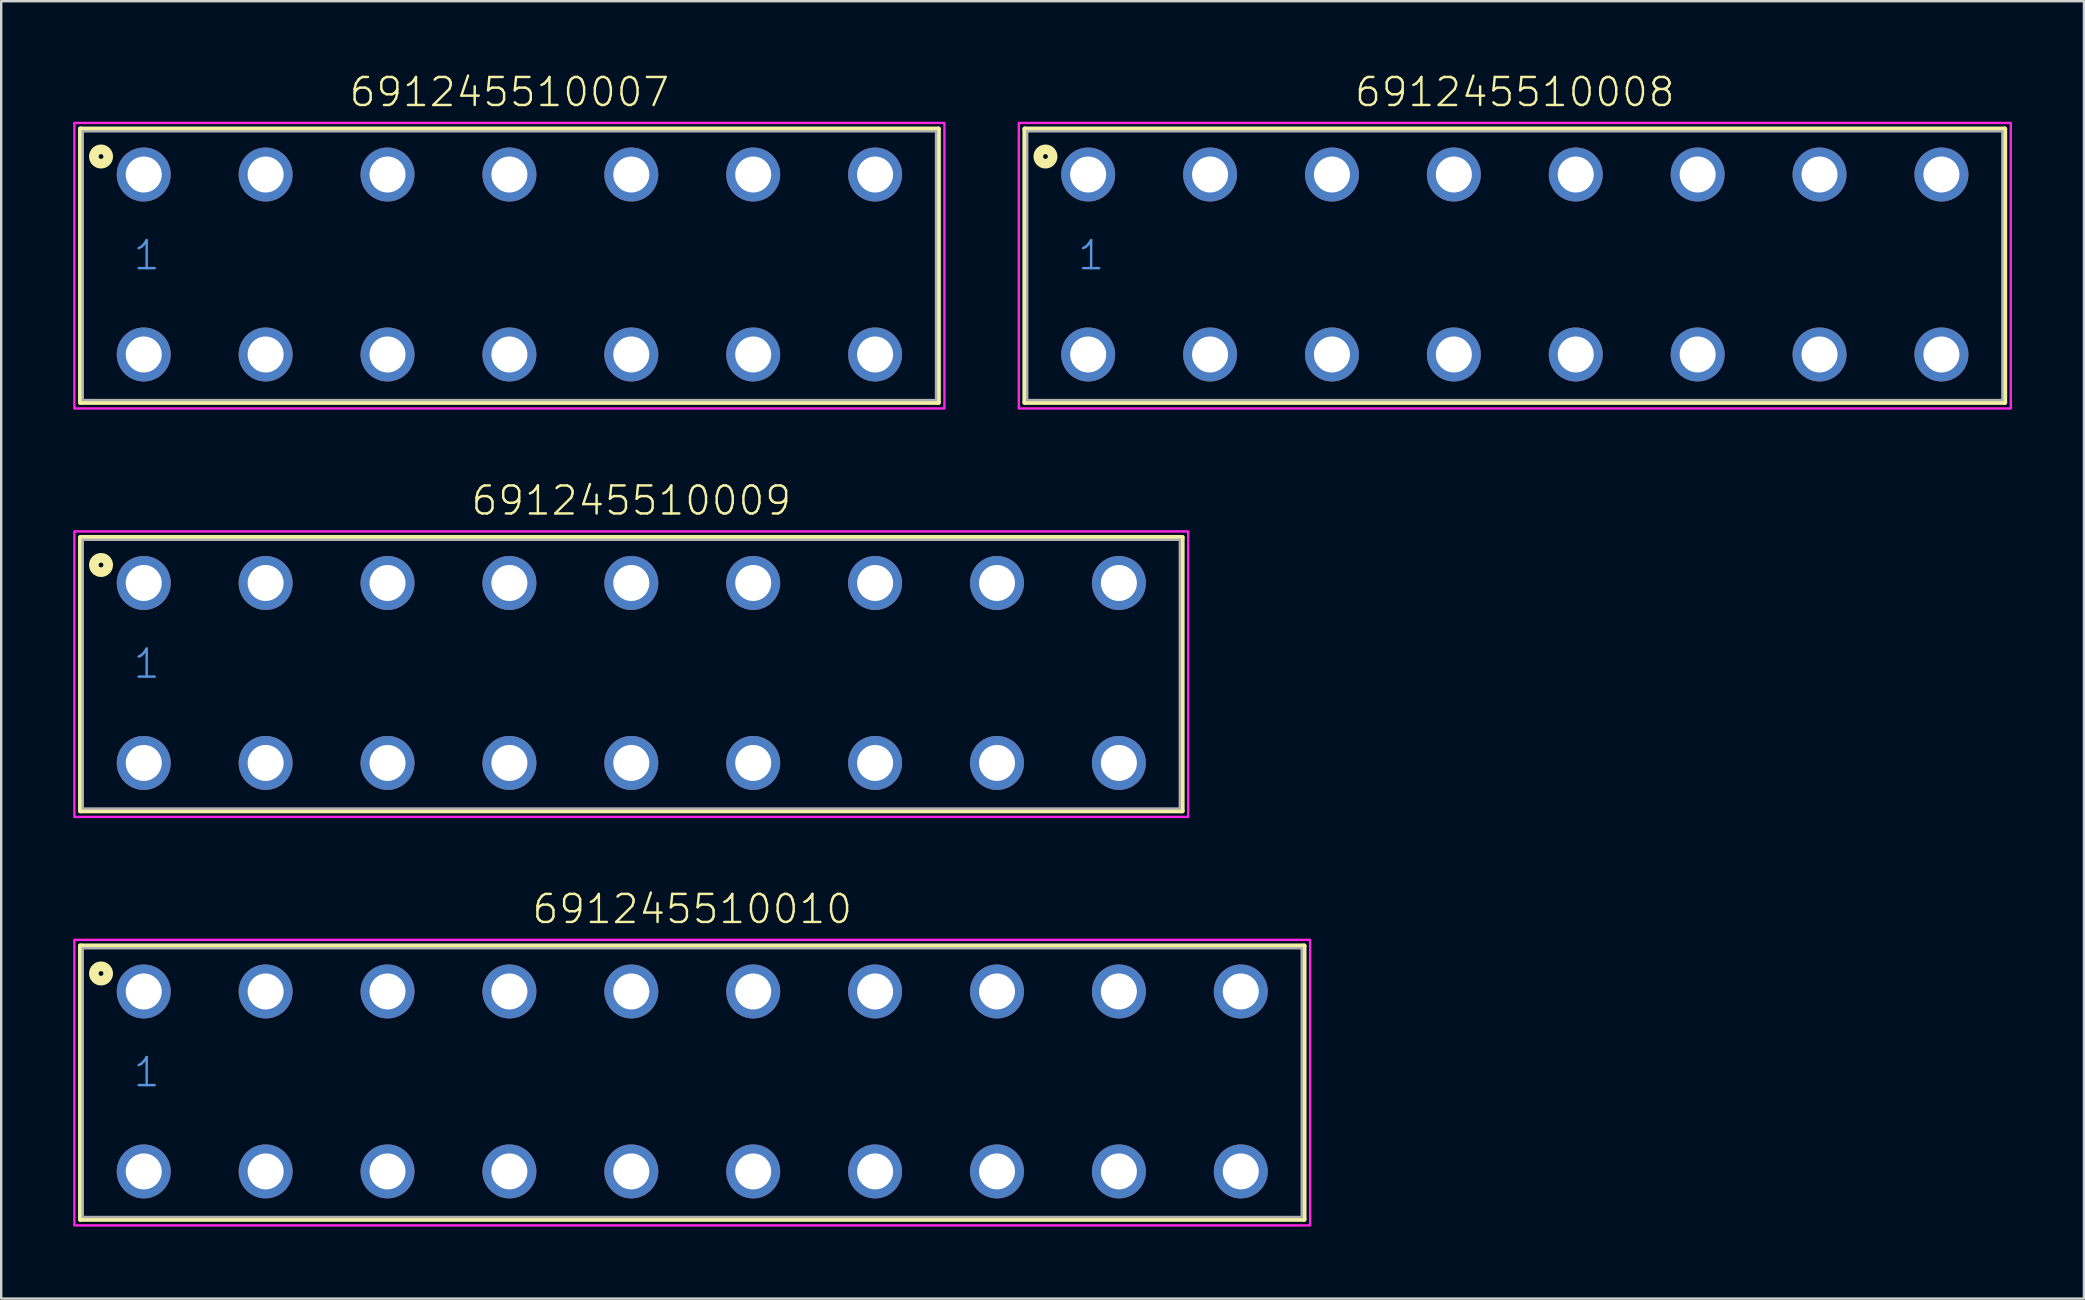
<source format=kicad_pcb>
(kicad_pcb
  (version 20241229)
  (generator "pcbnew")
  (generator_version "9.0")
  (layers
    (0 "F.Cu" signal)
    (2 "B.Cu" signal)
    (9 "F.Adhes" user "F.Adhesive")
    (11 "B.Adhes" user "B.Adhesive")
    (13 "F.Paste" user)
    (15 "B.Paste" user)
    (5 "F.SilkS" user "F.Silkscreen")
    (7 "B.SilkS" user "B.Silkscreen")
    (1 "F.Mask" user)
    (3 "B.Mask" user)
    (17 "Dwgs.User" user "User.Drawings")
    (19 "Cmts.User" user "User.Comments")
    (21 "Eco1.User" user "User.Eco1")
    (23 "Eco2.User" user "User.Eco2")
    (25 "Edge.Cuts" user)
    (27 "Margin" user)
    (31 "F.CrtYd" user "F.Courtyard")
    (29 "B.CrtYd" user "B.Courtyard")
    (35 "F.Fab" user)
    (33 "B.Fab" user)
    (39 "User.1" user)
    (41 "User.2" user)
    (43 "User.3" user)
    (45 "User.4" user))
  (footprint "691245510007"
    (layer "F.Cu")
    (at 18.18 7.973)
    (property "Reference" "691245510007" (at 0 -6.5 0) (unlocked yes) (layer "F.SilkS") (effects (font (size 1.168 1.168) (thickness 0.102)) (justify bottom)))
    (fp_line (start -17.88 -5.65) (end 17.88 -5.65) (stroke (width 0.2) (type solid)) (layer "F.SilkS"))
    (fp_line (start -17.88 5.75) (end -17.88 -5.65) (stroke (width 0.2) (type solid)) (layer "F.SilkS"))
    (fp_line (start 17.88 -5.65) (end 17.88 5.75) (stroke (width 0.2) (type solid)) (layer "F.SilkS"))
    (fp_line (start 17.88 5.75) (end -17.88 5.75) (stroke (width 0.2) (type solid)) (layer "F.SilkS"))
    (fp_circle (center -17.02 -4.5) (end -16.92 -4.5) (stroke (width 0.4) (type solid)) (fill no) (layer "F.SilkS"))
    (fp_poly (pts (xy 18.13 6) (xy -18.13 6) (xy -18.13 -5.9) (xy 18.13 -5.9)) (stroke (width 0.1) (type default)) (fill no) (layer "F.CrtYd"))
    (fp_line (start -17.78 -5.55) (end 17.78 -5.55) (stroke (width 0.1) (type solid)) (layer "F.Fab"))
    (fp_line (start -17.78 5.65) (end -17.78 -5.55) (stroke (width 0.1) (type solid)) (layer "F.Fab"))
    (fp_line (start 17.78 -5.55) (end 17.78 5.65) (stroke (width 0.1) (type solid)) (layer "F.Fab"))
    (fp_line (start 17.78 5.65) (end -17.78 5.65) (stroke (width 0.1) (type solid)) (layer "F.Fab"))
    (fp_text user "1" (at -15.74 0.3 0) (unlocked yes) (layer "Cmts.User") (effects (font (size 1.168 1.168) (thickness 0.102)) (justify left bottom)))
    (pad "1" thru_hole circle (at -15.24 -3.75) (size 2.25 2.25) (drill 1.5) (layers "*.Cu" "*.Mask"))
    (pad "2" thru_hole circle (at -10.16 -3.75) (size 2.25 2.25) (drill 1.5) (layers "*.Cu" "*.Mask"))
    (pad "3" thru_hole circle (at -5.08 -3.75) (size 2.25 2.25) (drill 1.5) (layers "*.Cu" "*.Mask"))
    (pad "4" thru_hole circle (at 0 -3.75) (size 2.25 2.25) (drill 1.5) (layers "*.Cu" "*.Mask"))
    (pad "5" thru_hole circle (at 5.08 -3.75) (size 2.25 2.25) (drill 1.5) (layers "*.Cu" "*.Mask"))
    (pad "6" thru_hole circle (at 10.16 -3.75) (size 2.25 2.25) (drill 1.5) (layers "*.Cu" "*.Mask"))
    (pad "7" thru_hole circle (at 15.24 -3.75) (size 2.25 2.25) (drill 1.5) (layers "*.Cu" "*.Mask"))
    (pad "A1" thru_hole circle (at -15.24 3.75) (size 2.25 2.25) (drill 1.5) (layers "*.Cu" "*.Mask"))
    (pad "A2" thru_hole circle (at -10.16 3.75) (size 2.25 2.25) (drill 1.5) (layers "*.Cu" "*.Mask"))
    (pad "A3" thru_hole circle (at -5.08 3.75) (size 2.25 2.25) (drill 1.5) (layers "*.Cu" "*.Mask"))
    (pad "A4" thru_hole circle (at 0 3.75) (size 2.25 2.25) (drill 1.5) (layers "*.Cu" "*.Mask"))
    (pad "A5" thru_hole circle (at 5.08 3.75) (size 2.25 2.25) (drill 1.5) (layers "*.Cu" "*.Mask"))
    (pad "A6" thru_hole circle (at 10.16 3.75) (size 2.25 2.25) (drill 1.5) (layers "*.Cu" "*.Mask"))
    (pad "A7" thru_hole circle (at 15.24 3.75) (size 2.25 2.25) (drill 1.5) (layers "*.Cu" "*.Mask")))
  (footprint "691245510010"
    (layer "F.Cu")
    (at 25.8 42.02)
    (property "Reference" "691245510010" (at 0 -6.5 0) (unlocked yes) (layer "F.SilkS") (effects (font (size 1.168 1.168) (thickness 0.102)) (justify bottom)))
    (fp_line (start -25.5 -5.65) (end 25.5 -5.65) (stroke (width 0.2) (type solid)) (layer "F.SilkS"))
    (fp_line (start -25.5 5.75) (end -25.5 -5.65) (stroke (width 0.2) (type solid)) (layer "F.SilkS"))
    (fp_line (start 25.5 -5.65) (end 25.5 5.75) (stroke (width 0.2) (type solid)) (layer "F.SilkS"))
    (fp_line (start 25.5 5.75) (end -25.5 5.75) (stroke (width 0.2) (type solid)) (layer "F.SilkS"))
    (fp_circle (center -24.64 -4.5) (end -24.54 -4.5) (stroke (width 0.4) (type solid)) (fill no) (layer "F.SilkS"))
    (fp_poly (pts (xy 25.75 6) (xy -25.75 6) (xy -25.75 -5.9) (xy 25.75 -5.9)) (stroke (width 0.1) (type default)) (fill no) (layer "F.CrtYd"))
    (fp_line (start -25.4 -5.55) (end 25.4 -5.55) (stroke (width 0.1) (type solid)) (layer "F.Fab"))
    (fp_line (start -25.4 5.65) (end -25.4 -5.55) (stroke (width 0.1) (type solid)) (layer "F.Fab"))
    (fp_line (start 25.4 -5.55) (end 25.4 5.65) (stroke (width 0.1) (type solid)) (layer "F.Fab"))
    (fp_line (start 25.4 5.65) (end -25.4 5.65) (stroke (width 0.1) (type solid)) (layer "F.Fab"))
    (fp_text user "1" (at -23.36 0.3 0) (unlocked yes) (layer "Cmts.User") (effects (font (size 1.168 1.168) (thickness 0.102)) (justify left bottom)))
    (pad "1" thru_hole circle (at -22.86 -3.75) (size 2.25 2.25) (drill 1.5) (layers "*.Cu" "*.Mask"))
    (pad "2" thru_hole circle (at -17.78 -3.75) (size 2.25 2.25) (drill 1.5) (layers "*.Cu" "*.Mask"))
    (pad "3" thru_hole circle (at -12.7 -3.75) (size 2.25 2.25) (drill 1.5) (layers "*.Cu" "*.Mask"))
    (pad "4" thru_hole circle (at -7.62 -3.75) (size 2.25 2.25) (drill 1.5) (layers "*.Cu" "*.Mask"))
    (pad "5" thru_hole circle (at -2.54 -3.75) (size 2.25 2.25) (drill 1.5) (layers "*.Cu" "*.Mask"))
    (pad "6" thru_hole circle (at 2.54 -3.75) (size 2.25 2.25) (drill 1.5) (layers "*.Cu" "*.Mask"))
    (pad "7" thru_hole circle (at 7.62 -3.75) (size 2.25 2.25) (drill 1.5) (layers "*.Cu" "*.Mask"))
    (pad "8" thru_hole circle (at 12.7 -3.75) (size 2.25 2.25) (drill 1.5) (layers "*.Cu" "*.Mask"))
    (pad "9" thru_hole circle (at 17.78 -3.75) (size 2.25 2.25) (drill 1.5) (layers "*.Cu" "*.Mask"))
    (pad "10" thru_hole circle (at 22.86 -3.75) (size 2.25 2.25) (drill 1.5) (layers "*.Cu" "*.Mask"))
    (pad "A1" thru_hole circle (at -22.86 3.75) (size 2.25 2.25) (drill 1.5) (layers "*.Cu" "*.Mask"))
    (pad "A2" thru_hole circle (at -17.78 3.75) (size 2.25 2.25) (drill 1.5) (layers "*.Cu" "*.Mask"))
    (pad "A3" thru_hole circle (at -12.7 3.75) (size 2.25 2.25) (drill 1.5) (layers "*.Cu" "*.Mask"))
    (pad "A4" thru_hole circle (at -7.62 3.75) (size 2.25 2.25) (drill 1.5) (layers "*.Cu" "*.Mask"))
    (pad "A5" thru_hole circle (at -2.54 3.75) (size 2.25 2.25) (drill 1.5) (layers "*.Cu" "*.Mask"))
    (pad "A6" thru_hole circle (at 2.54 3.75) (size 2.25 2.25) (drill 1.5) (layers "*.Cu" "*.Mask"))
    (pad "A7" thru_hole circle (at 7.62 3.75) (size 2.25 2.25) (drill 1.5) (layers "*.Cu" "*.Mask"))
    (pad "A8" thru_hole circle (at 12.7 3.75) (size 2.25 2.25) (drill 1.5) (layers "*.Cu" "*.Mask"))
    (pad "A9" thru_hole circle (at 17.78 3.75) (size 2.25 2.25) (drill 1.5) (layers "*.Cu" "*.Mask"))
    (pad "A10" thru_hole circle (at 22.86 3.75) (size 2.25 2.25) (drill 1.5) (layers "*.Cu" "*.Mask")))
  (footprint "691245510008"
    (layer "F.Cu")
    (at 60.08 7.973)
    (property "Reference" "691245510008" (at 0 -6.5 0) (unlocked yes) (layer "F.SilkS") (effects (font (size 1.168 1.168) (thickness 0.102)) (justify bottom)))
    (fp_line (start -20.42 -5.65) (end 20.42 -5.65) (stroke (width 0.2) (type solid)) (layer "F.SilkS"))
    (fp_line (start -20.42 5.75) (end -20.42 -5.65) (stroke (width 0.2) (type solid)) (layer "F.SilkS"))
    (fp_line (start 20.42 -5.65) (end 20.42 5.75) (stroke (width 0.2) (type solid)) (layer "F.SilkS"))
    (fp_line (start 20.42 5.75) (end -20.42 5.75) (stroke (width 0.2) (type solid)) (layer "F.SilkS"))
    (fp_circle (center -19.56 -4.5) (end -19.46 -4.5) (stroke (width 0.4) (type solid)) (fill no) (layer "F.SilkS"))
    (fp_poly (pts (xy 20.67 6) (xy -20.67 6) (xy -20.67 -5.9) (xy 20.67 -5.9)) (stroke (width 0.1) (type default)) (fill no) (layer "F.CrtYd"))
    (fp_line (start -20.32 -5.55) (end 20.32 -5.55) (stroke (width 0.1) (type solid)) (layer "F.Fab"))
    (fp_line (start -20.32 5.65) (end -20.32 -5.55) (stroke (width 0.1) (type solid)) (layer "F.Fab"))
    (fp_line (start 20.32 -5.55) (end 20.32 5.65) (stroke (width 0.1) (type solid)) (layer "F.Fab"))
    (fp_line (start 20.32 5.65) (end -20.32 5.65) (stroke (width 0.1) (type solid)) (layer "F.Fab"))
    (fp_text user "1" (at -18.28 0.3 0) (unlocked yes) (layer "Cmts.User") (effects (font (size 1.168 1.168) (thickness 0.102)) (justify left bottom)))
    (pad "1" thru_hole circle (at -17.78 -3.75) (size 2.25 2.25) (drill 1.5) (layers "*.Cu" "*.Mask"))
    (pad "2" thru_hole circle (at -12.7 -3.75) (size 2.25 2.25) (drill 1.5) (layers "*.Cu" "*.Mask"))
    (pad "3" thru_hole circle (at -7.62 -3.75) (size 2.25 2.25) (drill 1.5) (layers "*.Cu" "*.Mask"))
    (pad "4" thru_hole circle (at -2.54 -3.75) (size 2.25 2.25) (drill 1.5) (layers "*.Cu" "*.Mask"))
    (pad "5" thru_hole circle (at 2.54 -3.75) (size 2.25 2.25) (drill 1.5) (layers "*.Cu" "*.Mask"))
    (pad "6" thru_hole circle (at 7.62 -3.75) (size 2.25 2.25) (drill 1.5) (layers "*.Cu" "*.Mask"))
    (pad "7" thru_hole circle (at 12.7 -3.75) (size 2.25 2.25) (drill 1.5) (layers "*.Cu" "*.Mask"))
    (pad "8" thru_hole circle (at 17.78 -3.75) (size 2.25 2.25) (drill 1.5) (layers "*.Cu" "*.Mask"))
    (pad "A1" thru_hole circle (at -17.78 3.75) (size 2.25 2.25) (drill 1.5) (layers "*.Cu" "*.Mask"))
    (pad "A2" thru_hole circle (at -12.7 3.75) (size 2.25 2.25) (drill 1.5) (layers "*.Cu" "*.Mask"))
    (pad "A3" thru_hole circle (at -7.62 3.75) (size 2.25 2.25) (drill 1.5) (layers "*.Cu" "*.Mask"))
    (pad "A4" thru_hole circle (at -2.54 3.75) (size 2.25 2.25) (drill 1.5) (layers "*.Cu" "*.Mask"))
    (pad "A5" thru_hole circle (at 2.54 3.75) (size 2.25 2.25) (drill 1.5) (layers "*.Cu" "*.Mask"))
    (pad "A6" thru_hole circle (at 7.62 3.75) (size 2.25 2.25) (drill 1.5) (layers "*.Cu" "*.Mask"))
    (pad "A7" thru_hole circle (at 12.7 3.75) (size 2.25 2.25) (drill 1.5) (layers "*.Cu" "*.Mask"))
    (pad "A8" thru_hole circle (at 17.78 3.75) (size 2.25 2.25) (drill 1.5) (layers "*.Cu" "*.Mask")))
  (footprint "691245510009"
    (layer "F.Cu")
    (at 23.26 24.996)
    (property "Reference" "691245510009" (at 0 -6.5 0) (unlocked yes) (layer "F.SilkS") (effects (font (size 1.168 1.168) (thickness 0.102)) (justify bottom)))
    (fp_line (start -22.96 -5.65) (end 22.96 -5.65) (stroke (width 0.2) (type solid)) (layer "F.SilkS"))
    (fp_line (start -22.96 5.75) (end -22.96 -5.65) (stroke (width 0.2) (type solid)) (layer "F.SilkS"))
    (fp_line (start 22.96 -5.65) (end 22.96 5.75) (stroke (width 0.2) (type solid)) (layer "F.SilkS"))
    (fp_line (start 22.96 5.75) (end -22.96 5.75) (stroke (width 0.2) (type solid)) (layer "F.SilkS"))
    (fp_circle (center -22.1 -4.5) (end -22 -4.5) (stroke (width 0.4) (type solid)) (fill no) (layer "F.SilkS"))
    (fp_poly (pts (xy 23.21 6) (xy -23.21 6) (xy -23.21 -5.9) (xy 23.21 -5.9)) (stroke (width 0.1) (type default)) (fill no) (layer "F.CrtYd"))
    (fp_line (start -22.86 -5.55) (end 22.86 -5.55) (stroke (width 0.1) (type solid)) (layer "F.Fab"))
    (fp_line (start -22.86 5.65) (end -22.86 -5.55) (stroke (width 0.1) (type solid)) (layer "F.Fab"))
    (fp_line (start 22.86 -5.55) (end 22.86 5.65) (stroke (width 0.1) (type solid)) (layer "F.Fab"))
    (fp_line (start 22.86 5.65) (end -22.86 5.65) (stroke (width 0.1) (type solid)) (layer "F.Fab"))
    (fp_text user "1" (at -20.82 0.3 0) (unlocked yes) (layer "Cmts.User") (effects (font (size 1.168 1.168) (thickness 0.102)) (justify left bottom)))
    (pad "1" thru_hole circle (at -20.32 -3.75) (size 2.25 2.25) (drill 1.5) (layers "*.Cu" "*.Mask"))
    (pad "2" thru_hole circle (at -15.24 -3.75) (size 2.25 2.25) (drill 1.5) (layers "*.Cu" "*.Mask"))
    (pad "3" thru_hole circle (at -10.16 -3.75) (size 2.25 2.25) (drill 1.5) (layers "*.Cu" "*.Mask"))
    (pad "4" thru_hole circle (at -5.08 -3.75) (size 2.25 2.25) (drill 1.5) (layers "*.Cu" "*.Mask"))
    (pad "5" thru_hole circle (at 0 -3.75) (size 2.25 2.25) (drill 1.5) (layers "*.Cu" "*.Mask"))
    (pad "6" thru_hole circle (at 5.08 -3.75) (size 2.25 2.25) (drill 1.5) (layers "*.Cu" "*.Mask"))
    (pad "7" thru_hole circle (at 10.16 -3.75) (size 2.25 2.25) (drill 1.5) (layers "*.Cu" "*.Mask"))
    (pad "8" thru_hole circle (at 15.24 -3.75) (size 2.25 2.25) (drill 1.5) (layers "*.Cu" "*.Mask"))
    (pad "9" thru_hole circle (at 20.32 -3.75) (size 2.25 2.25) (drill 1.5) (layers "*.Cu" "*.Mask"))
    (pad "A1" thru_hole circle (at -20.32 3.75) (size 2.25 2.25) (drill 1.5) (layers "*.Cu" "*.Mask"))
    (pad "A2" thru_hole circle (at -15.24 3.75) (size 2.25 2.25) (drill 1.5) (layers "*.Cu" "*.Mask"))
    (pad "A3" thru_hole circle (at -10.16 3.75) (size 2.25 2.25) (drill 1.5) (layers "*.Cu" "*.Mask"))
    (pad "A4" thru_hole circle (at -5.08 3.75) (size 2.25 2.25) (drill 1.5) (layers "*.Cu" "*.Mask"))
    (pad "A5" thru_hole circle (at 0 3.75) (size 2.25 2.25) (drill 1.5) (layers "*.Cu" "*.Mask"))
    (pad "A6" thru_hole circle (at 5.08 3.75) (size 2.25 2.25) (drill 1.5) (layers "*.Cu" "*.Mask"))
    (pad "A7" thru_hole circle (at 10.16 3.75) (size 2.25 2.25) (drill 1.5) (layers "*.Cu" "*.Mask"))
    (pad "A8" thru_hole circle (at 15.24 3.75) (size 2.25 2.25) (drill 1.5) (layers "*.Cu" "*.Mask"))
    (pad "A9" thru_hole circle (at 20.32 3.75) (size 2.25 2.25) (drill 1.5) (layers "*.Cu" "*.Mask")))
  (gr_rect
    (start -3 -3)
    (end 83.8 51.07)
    (stroke (width 0.1) (type default))
    (fill no)
    (layer "Edge.Cuts")))
</source>
